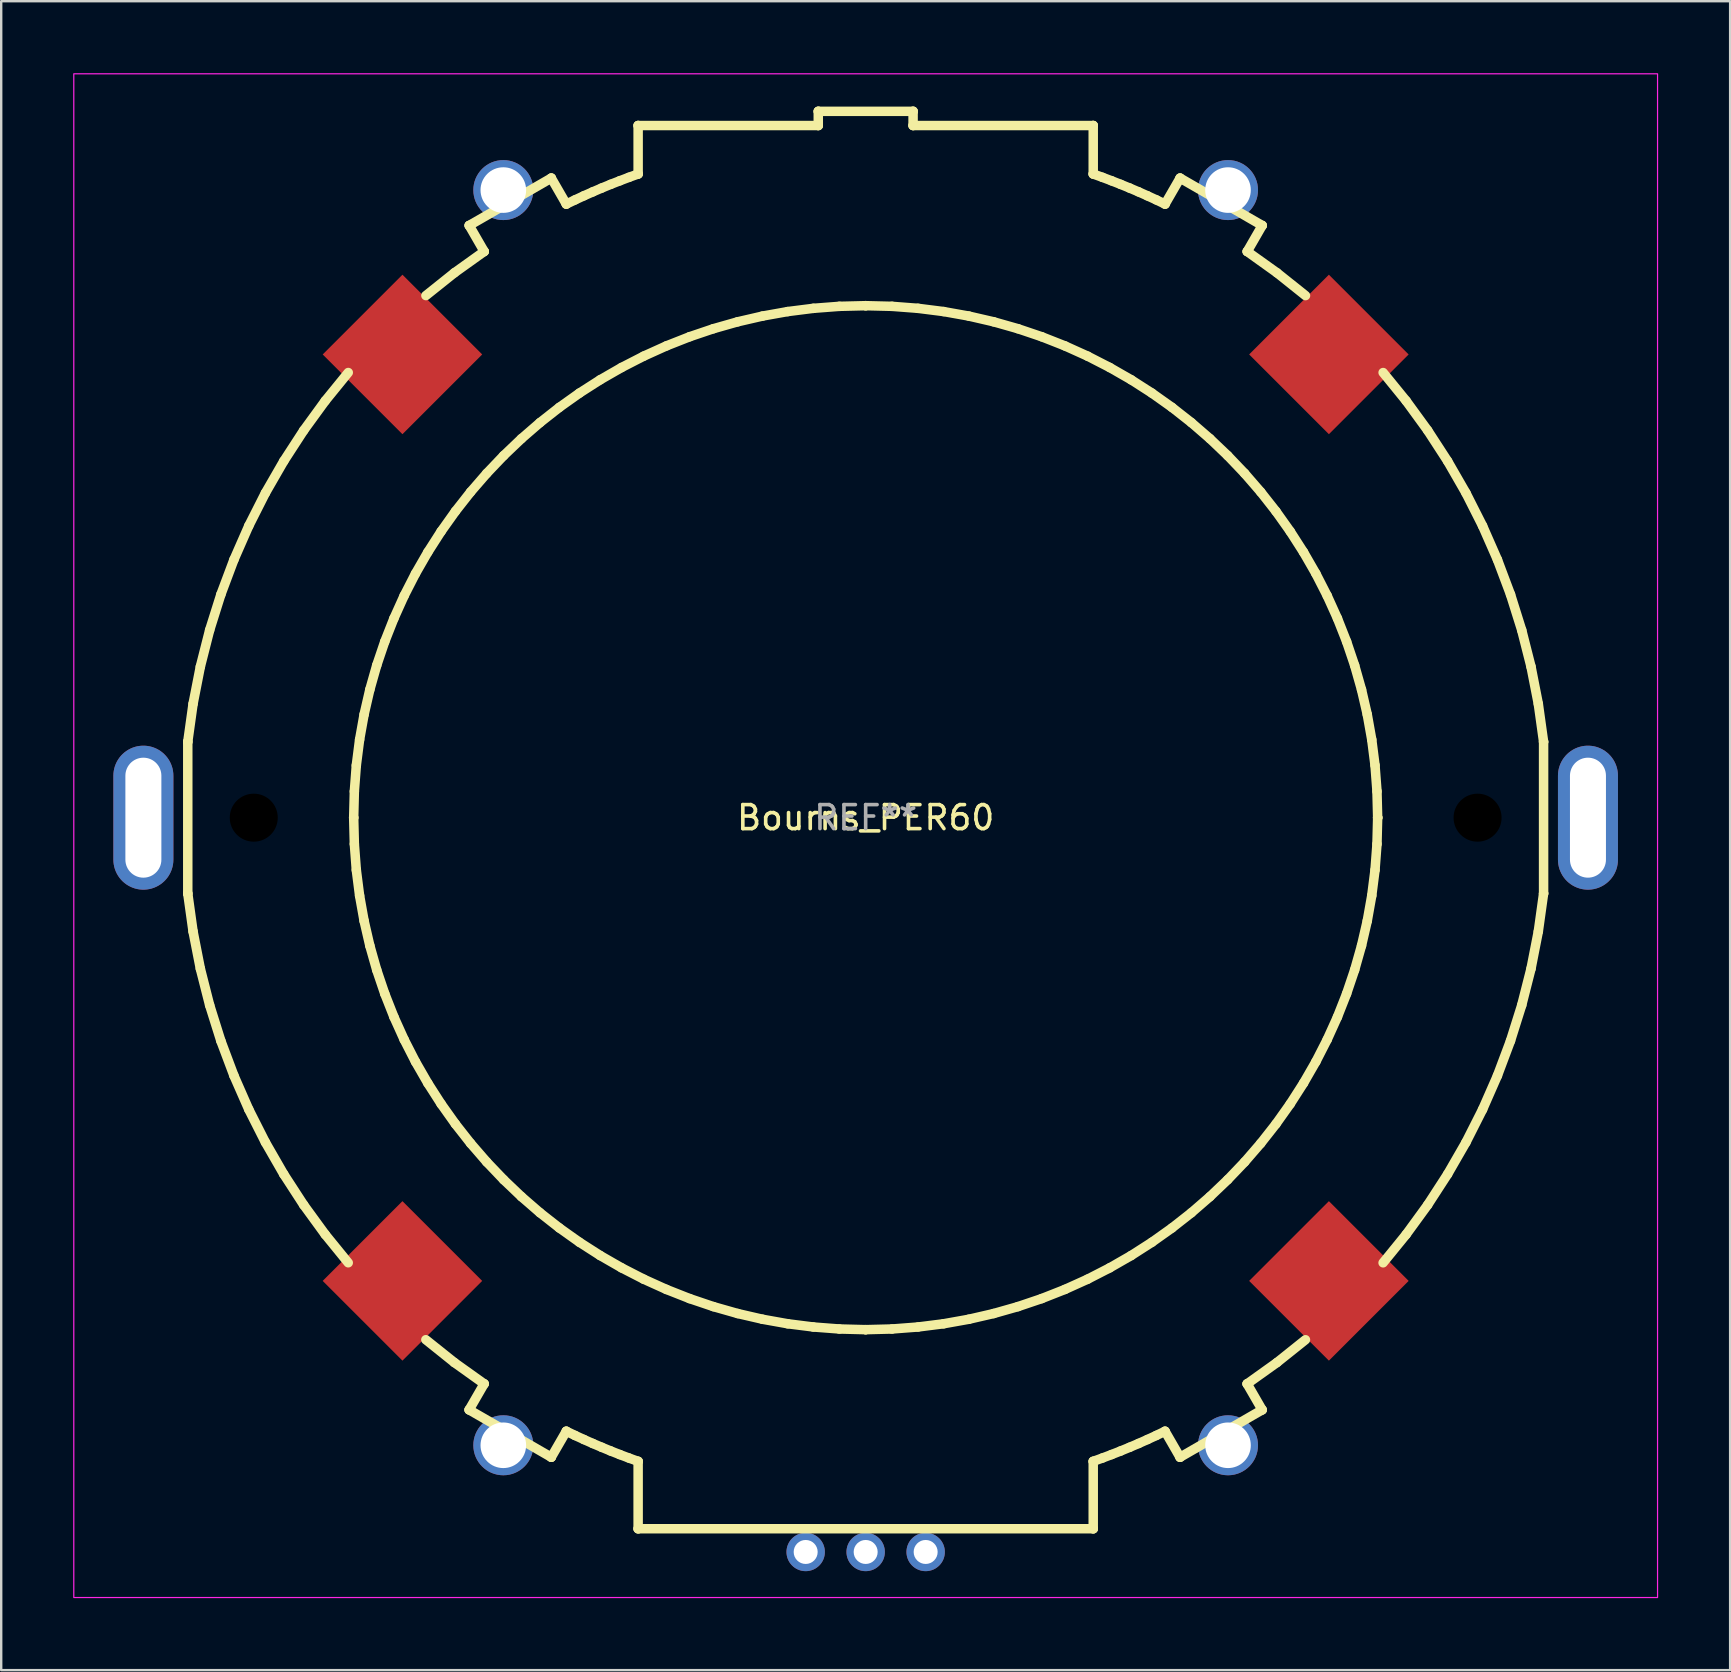
<source format=kicad_pcb>
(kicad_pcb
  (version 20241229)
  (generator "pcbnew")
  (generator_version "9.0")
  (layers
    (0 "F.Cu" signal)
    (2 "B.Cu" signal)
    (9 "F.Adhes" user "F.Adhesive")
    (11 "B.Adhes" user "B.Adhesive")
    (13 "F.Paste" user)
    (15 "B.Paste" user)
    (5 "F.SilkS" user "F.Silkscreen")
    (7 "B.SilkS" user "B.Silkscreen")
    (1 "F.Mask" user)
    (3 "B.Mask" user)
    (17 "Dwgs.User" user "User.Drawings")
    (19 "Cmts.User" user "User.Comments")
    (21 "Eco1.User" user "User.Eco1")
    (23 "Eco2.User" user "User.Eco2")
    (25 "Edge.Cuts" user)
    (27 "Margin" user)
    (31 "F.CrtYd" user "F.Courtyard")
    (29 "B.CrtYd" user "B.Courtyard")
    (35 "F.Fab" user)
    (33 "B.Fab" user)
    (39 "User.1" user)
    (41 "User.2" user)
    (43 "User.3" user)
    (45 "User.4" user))
  (footprint "Bourns_PER60"
    (layer "F.Cu")
    (at 33.025 31.025)
    (property "Reference" "Bourns_PER60" (at 0 0 0) (unlocked yes) (layer "F.SilkS") (effects (font (size 1 1) (thickness 0.15))))
    (attr through_hole)
    (fp_line (start -28.25 -3.161) (end -28.25 -3.161) (stroke (width 0.395) (type solid)) (layer "F.SilkS"))
    (fp_line (start -28.25 -3.161) (end -28.25 3.16) (stroke (width 0.395) (type solid)) (layer "F.SilkS"))
    (fp_line (start -28.25 3.16) (end -28.25 3.16) (stroke (width 0.395) (type solid)) (layer "F.SilkS"))
    (fp_line (start -28.25 3.16) (end -28.03 4.741) (stroke (width 0.395) (type solid)) (layer "F.SilkS"))
    (fp_line (start -28.03 4.741) (end -27.726 6.292) (stroke (width 0.395) (type solid)) (layer "F.SilkS"))
    (fp_line (start -28.03 -4.742) (end -28.25 -3.161) (stroke (width 0.395) (type solid)) (layer "F.SilkS"))
    (fp_line (start -27.726 6.292) (end -27.339 7.812) (stroke (width 0.395) (type solid)) (layer "F.SilkS"))
    (fp_line (start -27.726 -6.293) (end -28.03 -4.742) (stroke (width 0.395) (type solid)) (layer "F.SilkS"))
    (fp_line (start -27.339 7.812) (end -26.872 9.299) (stroke (width 0.395) (type solid)) (layer "F.SilkS"))
    (fp_line (start -27.339 -7.814) (end -27.726 -6.293) (stroke (width 0.395) (type solid)) (layer "F.SilkS"))
    (fp_line (start -26.872 9.299) (end -26.327 10.749) (stroke (width 0.395) (type solid)) (layer "F.SilkS"))
    (fp_line (start -26.871 -9.3) (end -27.339 -7.814) (stroke (width 0.395) (type solid)) (layer "F.SilkS"))
    (fp_line (start -26.327 10.749) (end -25.707 12.16) (stroke (width 0.395) (type solid)) (layer "F.SilkS"))
    (fp_line (start -26.327 -10.75) (end -26.871 -9.3) (stroke (width 0.395) (type solid)) (layer "F.SilkS"))
    (fp_line (start -25.707 12.16) (end -25.014 13.53) (stroke (width 0.395) (type solid)) (layer "F.SilkS"))
    (fp_line (start -25.707 -12.162) (end -26.327 -10.75) (stroke (width 0.395) (type solid)) (layer "F.SilkS"))
    (fp_line (start -25.014 13.53) (end -24.251 14.857) (stroke (width 0.395) (type solid)) (layer "F.SilkS"))
    (fp_line (start -25.014 -13.532) (end -25.707 -12.162) (stroke (width 0.395) (type solid)) (layer "F.SilkS"))
    (fp_line (start -24.251 14.857) (end -23.42 16.137) (stroke (width 0.395) (type solid)) (layer "F.SilkS"))
    (fp_line (start -24.25 -14.858) (end -25.014 -13.532) (stroke (width 0.395) (type solid)) (layer "F.SilkS"))
    (fp_line (start -23.42 16.137) (end -22.523 17.368) (stroke (width 0.395) (type solid)) (layer "F.SilkS"))
    (fp_line (start -23.419 -16.138) (end -24.25 -14.858) (stroke (width 0.395) (type solid)) (layer "F.SilkS"))
    (fp_line (start -22.523 17.368) (end -21.563 18.548) (stroke (width 0.395) (type solid)) (layer "F.SilkS"))
    (fp_line (start -22.522 -17.37) (end -23.419 -16.138) (stroke (width 0.395) (type solid)) (layer "F.SilkS"))
    (fp_line (start -21.562 -18.55) (end -22.522 -17.37) (stroke (width 0.395) (type solid)) (layer "F.SilkS"))
    (fp_line (start -21.336 -0.000438) (end -21.336 -0.000438) (stroke (width 0.395) (type solid)) (layer "F.SilkS"))
    (fp_line (start -21.336 -0.000438) (end -21.308 -1.098) (stroke (width 0.395) (type solid)) (layer "F.SilkS"))
    (fp_line (start -21.308 -1.098) (end -21.226 -2.182) (stroke (width 0.395) (type solid)) (layer "F.SilkS"))
    (fp_line (start -21.308 1.098) (end -21.336 -0.000438) (stroke (width 0.395) (type solid)) (layer "F.SilkS"))
    (fp_line (start -21.226 -2.182) (end -21.09 -3.25) (stroke (width 0.395) (type solid)) (layer "F.SilkS"))
    (fp_line (start -21.226 2.181) (end -21.308 1.098) (stroke (width 0.395) (type solid)) (layer "F.SilkS"))
    (fp_line (start -21.09 -3.25) (end -20.902 -4.3) (stroke (width 0.395) (type solid)) (layer "F.SilkS"))
    (fp_line (start -21.09 3.249) (end -21.226 2.181) (stroke (width 0.395) (type solid)) (layer "F.SilkS"))
    (fp_line (start -20.902 -4.3) (end -20.664 -5.333) (stroke (width 0.395) (type solid)) (layer "F.SilkS"))
    (fp_line (start -20.902 4.3) (end -21.09 3.249) (stroke (width 0.395) (type solid)) (layer "F.SilkS"))
    (fp_line (start -20.664 -5.333) (end -20.377 -6.345) (stroke (width 0.395) (type solid)) (layer "F.SilkS"))
    (fp_line (start -20.664 5.332) (end -20.902 4.3) (stroke (width 0.395) (type solid)) (layer "F.SilkS"))
    (fp_line (start -20.377 -6.345) (end -20.041 -7.337) (stroke (width 0.395) (type solid)) (layer "F.SilkS"))
    (fp_line (start -20.377 6.344) (end -20.664 5.332) (stroke (width 0.395) (type solid)) (layer "F.SilkS"))
    (fp_line (start -20.041 -7.337) (end -19.659 -8.305) (stroke (width 0.395) (type solid)) (layer "F.SilkS"))
    (fp_line (start -20.041 7.336) (end -20.377 6.344) (stroke (width 0.395) (type solid)) (layer "F.SilkS"))
    (fp_line (start -19.659 -8.305) (end -19.232 -9.251) (stroke (width 0.395) (type solid)) (layer "F.SilkS"))
    (fp_line (start -19.659 8.305) (end -20.041 7.336) (stroke (width 0.395) (type solid)) (layer "F.SilkS"))
    (fp_line (start -19.232 -9.251) (end -18.761 -10.171) (stroke (width 0.395) (type solid)) (layer "F.SilkS"))
    (fp_line (start -19.232 9.25) (end -19.659 8.305) (stroke (width 0.395) (type solid)) (layer "F.SilkS"))
    (fp_line (start -18.761 -10.171) (end -18.247 -11.064) (stroke (width 0.395) (type solid)) (layer "F.SilkS"))
    (fp_line (start -18.761 10.17) (end -19.232 9.25) (stroke (width 0.395) (type solid)) (layer "F.SilkS"))
    (fp_line (start -18.328 21.756) (end -17.139 22.707) (stroke (width 0.395) (type solid)) (layer "F.SilkS"))
    (fp_line (start -18.247 -11.064) (end -17.692 -11.93) (stroke (width 0.395) (type solid)) (layer "F.SilkS"))
    (fp_line (start -18.247 11.063) (end -18.761 10.17) (stroke (width 0.395) (type solid)) (layer "F.SilkS"))
    (fp_line (start -17.692 -11.93) (end -17.097 -12.766) (stroke (width 0.395) (type solid)) (layer "F.SilkS"))
    (fp_line (start -17.692 11.929) (end -18.247 11.063) (stroke (width 0.395) (type solid)) (layer "F.SilkS"))
    (fp_line (start -17.139 22.707) (end -15.899 23.593) (stroke (width 0.395) (type solid)) (layer "F.SilkS"))
    (fp_line (start -17.137 -22.708) (end -18.326 -21.758) (stroke (width 0.395) (type solid)) (layer "F.SilkS"))
    (fp_line (start -17.097 -12.766) (end -16.464 -13.572) (stroke (width 0.395) (type solid)) (layer "F.SilkS"))
    (fp_line (start -17.097 12.765) (end -17.692 11.929) (stroke (width 0.395) (type solid)) (layer "F.SilkS"))
    (fp_line (start -16.525 24.677) (end -16.525 24.677) (stroke (width 0.395) (type solid)) (layer "F.SilkS"))
    (fp_line (start -16.525 24.677) (end -13.102 26.652) (stroke (width 0.395) (type solid)) (layer "F.SilkS"))
    (fp_line (start -16.522 -24.679) (end -16.522 -24.679) (stroke (width 0.395) (type solid)) (layer "F.SilkS"))
    (fp_line (start -16.522 -24.679) (end -15.897 -23.595) (stroke (width 0.395) (type solid)) (layer "F.SilkS"))
    (fp_line (start -16.464 -13.572) (end -15.793 -14.346) (stroke (width 0.395) (type solid)) (layer "F.SilkS"))
    (fp_line (start -16.464 13.571) (end -17.097 12.765) (stroke (width 0.395) (type solid)) (layer "F.SilkS"))
    (fp_line (start -15.899 23.593) (end -16.525 24.677) (stroke (width 0.395) (type solid)) (layer "F.SilkS"))
    (fp_line (start -15.899 23.593) (end -15.899 23.593) (stroke (width 0.395) (type solid)) (layer "F.SilkS"))
    (fp_line (start -15.897 -23.595) (end -17.137 -22.708) (stroke (width 0.395) (type solid)) (layer "F.SilkS"))
    (fp_line (start -15.897 -23.595) (end -15.897 -23.595) (stroke (width 0.395) (type solid)) (layer "F.SilkS"))
    (fp_line (start -15.793 -14.346) (end -15.087 -15.087) (stroke (width 0.395) (type solid)) (layer "F.SilkS"))
    (fp_line (start -15.793 14.346) (end -16.464 13.571) (stroke (width 0.395) (type solid)) (layer "F.SilkS"))
    (fp_line (start -15.087 -15.087) (end -14.346 -15.794) (stroke (width 0.395) (type solid)) (layer "F.SilkS"))
    (fp_line (start -15.087 15.086) (end -15.793 14.346) (stroke (width 0.395) (type solid)) (layer "F.SilkS"))
    (fp_line (start -14.346 -15.794) (end -13.572 -16.464) (stroke (width 0.395) (type solid)) (layer "F.SilkS"))
    (fp_line (start -14.346 15.793) (end -15.087 15.086) (stroke (width 0.395) (type solid)) (layer "F.SilkS"))
    (fp_line (start -13.572 -16.464) (end -12.766 -17.098) (stroke (width 0.395) (type solid)) (layer "F.SilkS"))
    (fp_line (start -13.572 16.464) (end -14.346 15.793) (stroke (width 0.395) (type solid)) (layer "F.SilkS"))
    (fp_line (start -13.102 26.652) (end -13.102 26.652) (stroke (width 0.395) (type solid)) (layer "F.SilkS"))
    (fp_line (start -13.102 26.652) (end -12.476 25.569) (stroke (width 0.395) (type solid)) (layer "F.SilkS"))
    (fp_line (start -13.101 -26.654) (end -16.522 -24.679) (stroke (width 0.395) (type solid)) (layer "F.SilkS"))
    (fp_line (start -13.101 -26.654) (end -13.101 -26.654) (stroke (width 0.395) (type solid)) (layer "F.SilkS"))
    (fp_line (start -12.766 -17.098) (end -11.929 -17.693) (stroke (width 0.395) (type solid)) (layer "F.SilkS"))
    (fp_line (start -12.766 17.097) (end -13.572 16.464) (stroke (width 0.395) (type solid)) (layer "F.SilkS"))
    (fp_line (start -12.476 25.569) (end -12.476 25.569) (stroke (width 0.395) (type solid)) (layer "F.SilkS"))
    (fp_line (start -12.476 25.569) (end -12.112 25.744) (stroke (width 0.395) (type solid)) (layer "F.SilkS"))
    (fp_line (start -12.476 -25.57) (end -13.101 -26.654) (stroke (width 0.395) (type solid)) (layer "F.SilkS"))
    (fp_line (start -12.476 -25.57) (end -12.476 -25.57) (stroke (width 0.395) (type solid)) (layer "F.SilkS"))
    (fp_line (start -12.112 25.744) (end -11.744 25.913) (stroke (width 0.395) (type solid)) (layer "F.SilkS"))
    (fp_line (start -12.111 -25.745) (end -12.476 -25.57) (stroke (width 0.395) (type solid)) (layer "F.SilkS"))
    (fp_line (start -11.929 -17.693) (end -11.063 -18.248) (stroke (width 0.395) (type solid)) (layer "F.SilkS"))
    (fp_line (start -11.929 17.692) (end -12.766 17.097) (stroke (width 0.395) (type solid)) (layer "F.SilkS"))
    (fp_line (start -11.744 25.913) (end -11.374 26.078) (stroke (width 0.395) (type solid)) (layer "F.SilkS"))
    (fp_line (start -11.744 -25.915) (end -12.111 -25.745) (stroke (width 0.395) (type solid)) (layer "F.SilkS"))
    (fp_line (start -11.374 26.078) (end -11.001 26.237) (stroke (width 0.395) (type solid)) (layer "F.SilkS"))
    (fp_line (start -11.373 -26.079) (end -11.744 -25.915) (stroke (width 0.395) (type solid)) (layer "F.SilkS"))
    (fp_line (start -11.063 -18.248) (end -10.17 -18.761) (stroke (width 0.395) (type solid)) (layer "F.SilkS"))
    (fp_line (start -11.063 18.247) (end -11.929 17.692) (stroke (width 0.395) (type solid)) (layer "F.SilkS"))
    (fp_line (start -11.001 26.237) (end -10.625 26.392) (stroke (width 0.395) (type solid)) (layer "F.SilkS"))
    (fp_line (start -11 -26.239) (end -11.373 -26.079) (stroke (width 0.395) (type solid)) (layer "F.SilkS"))
    (fp_line (start -10.625 26.392) (end -10.247 26.541) (stroke (width 0.395) (type solid)) (layer "F.SilkS"))
    (fp_line (start -10.625 -26.393) (end -11 -26.239) (stroke (width 0.395) (type solid)) (layer "F.SilkS"))
    (fp_line (start -10.247 26.541) (end -9.866 26.685) (stroke (width 0.395) (type solid)) (layer "F.SilkS"))
    (fp_line (start -10.246 -26.541) (end -10.625 -26.393) (stroke (width 0.395) (type solid)) (layer "F.SilkS"))
    (fp_line (start -10.17 -18.761) (end -9.25 -19.233) (stroke (width 0.395) (type solid)) (layer "F.SilkS"))
    (fp_line (start -10.17 18.76) (end -11.063 18.247) (stroke (width 0.395) (type solid)) (layer "F.SilkS"))
    (fp_line (start -9.866 26.685) (end -9.482 26.824) (stroke (width 0.395) (type solid)) (layer "F.SilkS"))
    (fp_line (start -9.866 -26.685) (end -10.246 -26.541) (stroke (width 0.395) (type solid)) (layer "F.SilkS"))
    (fp_line (start -9.482 -28.844) (end -9.482 -28.844) (stroke (width 0.395) (type solid)) (layer "F.SilkS"))
    (fp_line (start -9.482 -28.844) (end -9.482 -26.824) (stroke (width 0.395) (type solid)) (layer "F.SilkS"))
    (fp_line (start -9.482 -26.824) (end -9.866 -26.685) (stroke (width 0.395) (type solid)) (layer "F.SilkS"))
    (fp_line (start -9.482 -26.824) (end -9.482 -26.824) (stroke (width 0.395) (type solid)) (layer "F.SilkS"))
    (fp_line (start -9.482 26.824) (end -9.482 26.824) (stroke (width 0.395) (type solid)) (layer "F.SilkS"))
    (fp_line (start -9.482 26.824) (end -9.482 29.633) (stroke (width 0.395) (type solid)) (layer "F.SilkS"))
    (fp_line (start -9.482 29.633) (end -9.482 29.633) (stroke (width 0.395) (type solid)) (layer "F.SilkS"))
    (fp_line (start -9.482 29.633) (end 9.483 29.633) (stroke (width 0.395) (type solid)) (layer "F.SilkS"))
    (fp_line (start -9.25 -19.233) (end -8.305 -19.66) (stroke (width 0.395) (type solid)) (layer "F.SilkS"))
    (fp_line (start -9.25 19.232) (end -10.17 18.76) (stroke (width 0.395) (type solid)) (layer "F.SilkS"))
    (fp_line (start -8.305 -19.66) (end -7.336 -20.042) (stroke (width 0.395) (type solid)) (layer "F.SilkS"))
    (fp_line (start -8.305 19.659) (end -9.25 19.232) (stroke (width 0.395) (type solid)) (layer "F.SilkS"))
    (fp_line (start -7.336 -20.042) (end -6.345 -20.377) (stroke (width 0.395) (type solid)) (layer "F.SilkS"))
    (fp_line (start -7.336 20.041) (end -8.305 19.659) (stroke (width 0.395) (type solid)) (layer "F.SilkS"))
    (fp_line (start -6.345 -20.377) (end -5.332 -20.665) (stroke (width 0.395) (type solid)) (layer "F.SilkS"))
    (fp_line (start -6.345 20.376) (end -7.336 20.041) (stroke (width 0.395) (type solid)) (layer "F.SilkS"))
    (fp_line (start -5.332 -20.665) (end -4.3 -20.903) (stroke (width 0.395) (type solid)) (layer "F.SilkS"))
    (fp_line (start -5.332 20.664) (end -6.345 20.376) (stroke (width 0.395) (type solid)) (layer "F.SilkS"))
    (fp_line (start -4.3 -20.903) (end -3.249 -21.091) (stroke (width 0.395) (type solid)) (layer "F.SilkS"))
    (fp_line (start -4.3 20.902) (end -5.332 20.664) (stroke (width 0.395) (type solid)) (layer "F.SilkS"))
    (fp_line (start -3.249 -21.091) (end -2.181 -21.226) (stroke (width 0.395) (type solid)) (layer "F.SilkS"))
    (fp_line (start -3.249 21.09) (end -4.3 20.902) (stroke (width 0.395) (type solid)) (layer "F.SilkS"))
    (fp_line (start -2.181 -21.226) (end -1.098 -21.309) (stroke (width 0.395) (type solid)) (layer "F.SilkS"))
    (fp_line (start -2.181 21.225) (end -3.249 21.09) (stroke (width 0.395) (type solid)) (layer "F.SilkS"))
    (fp_line (start -1.975 -29.436) (end -1.975 -29.436) (stroke (width 0.395) (type solid)) (layer "F.SilkS"))
    (fp_line (start -1.975 -29.436) (end -1.975 -28.844) (stroke (width 0.395) (type solid)) (layer "F.SilkS"))
    (fp_line (start -1.975 -28.844) (end -9.482 -28.844) (stroke (width 0.395) (type solid)) (layer "F.SilkS"))
    (fp_line (start -1.975 -28.844) (end -1.975 -28.844) (stroke (width 0.395) (type solid)) (layer "F.SilkS"))
    (fp_line (start -1.098 -21.309) (end 0.000169 -21.336) (stroke (width 0.395) (type solid)) (layer "F.SilkS"))
    (fp_line (start -1.098 21.308) (end -2.181 21.225) (stroke (width 0.395) (type solid)) (layer "F.SilkS"))
    (fp_line (start 0.000169 -21.336) (end 0.000169 -21.336) (stroke (width 0.395) (type solid)) (layer "F.SilkS"))
    (fp_line (start 0.000169 -21.336) (end 1.098 -21.309) (stroke (width 0.395) (type solid)) (layer "F.SilkS"))
    (fp_line (start 0.000169 21.336) (end -1.098 21.308) (stroke (width 0.395) (type solid)) (layer "F.SilkS"))
    (fp_line (start 0.000169 21.336) (end 0.000169 21.336) (stroke (width 0.395) (type solid)) (layer "F.SilkS"))
    (fp_line (start 1.098 -21.309) (end 2.182 -21.226) (stroke (width 0.395) (type solid)) (layer "F.SilkS"))
    (fp_line (start 1.098 21.308) (end 0.000169 21.336) (stroke (width 0.395) (type solid)) (layer "F.SilkS"))
    (fp_line (start 1.976 -29.436) (end -1.975 -29.436) (stroke (width 0.395) (type solid)) (layer "F.SilkS"))
    (fp_line (start 1.976 -29.436) (end 1.976 -29.436) (stroke (width 0.395) (type solid)) (layer "F.SilkS"))
    (fp_line (start 1.976 -28.844) (end 1.976 -29.436) (stroke (width 0.395) (type solid)) (layer "F.SilkS"))
    (fp_line (start 1.976 -28.844) (end 1.976 -28.844) (stroke (width 0.395) (type solid)) (layer "F.SilkS"))
    (fp_line (start 2.182 -21.226) (end 3.249 -21.091) (stroke (width 0.395) (type solid)) (layer "F.SilkS"))
    (fp_line (start 2.182 21.225) (end 1.098 21.308) (stroke (width 0.395) (type solid)) (layer "F.SilkS"))
    (fp_line (start 3.249 -21.091) (end 4.3 -20.903) (stroke (width 0.395) (type solid)) (layer "F.SilkS"))
    (fp_line (start 3.249 21.09) (end 2.182 21.225) (stroke (width 0.395) (type solid)) (layer "F.SilkS"))
    (fp_line (start 4.3 -20.903) (end 5.332 -20.665) (stroke (width 0.395) (type solid)) (layer "F.SilkS"))
    (fp_line (start 4.3 20.902) (end 3.249 21.09) (stroke (width 0.395) (type solid)) (layer "F.SilkS"))
    (fp_line (start 5.332 -20.665) (end 6.345 -20.377) (stroke (width 0.395) (type solid)) (layer "F.SilkS"))
    (fp_line (start 5.332 20.664) (end 4.3 20.902) (stroke (width 0.395) (type solid)) (layer "F.SilkS"))
    (fp_line (start 6.345 -20.377) (end 7.336 -20.042) (stroke (width 0.395) (type solid)) (layer "F.SilkS"))
    (fp_line (start 6.345 20.376) (end 5.332 20.664) (stroke (width 0.395) (type solid)) (layer "F.SilkS"))
    (fp_line (start 7.336 -20.042) (end 8.305 -19.66) (stroke (width 0.395) (type solid)) (layer "F.SilkS"))
    (fp_line (start 7.336 20.041) (end 6.345 20.376) (stroke (width 0.395) (type solid)) (layer "F.SilkS"))
    (fp_line (start 8.305 -19.66) (end 9.25 -19.233) (stroke (width 0.395) (type solid)) (layer "F.SilkS"))
    (fp_line (start 8.305 19.659) (end 7.336 20.041) (stroke (width 0.395) (type solid)) (layer "F.SilkS"))
    (fp_line (start 9.25 -19.233) (end 10.17 -18.761) (stroke (width 0.395) (type solid)) (layer "F.SilkS"))
    (fp_line (start 9.25 19.232) (end 8.305 19.659) (stroke (width 0.395) (type solid)) (layer "F.SilkS"))
    (fp_line (start 9.483 -28.844) (end 1.976 -28.844) (stroke (width 0.395) (type solid)) (layer "F.SilkS"))
    (fp_line (start 9.483 -28.844) (end 9.483 -28.844) (stroke (width 0.395) (type solid)) (layer "F.SilkS"))
    (fp_line (start 9.483 -26.824) (end 9.483 -28.844) (stroke (width 0.395) (type solid)) (layer "F.SilkS"))
    (fp_line (start 9.483 -26.824) (end 9.483 -26.824) (stroke (width 0.395) (type solid)) (layer "F.SilkS"))
    (fp_line (start 9.483 26.824) (end 9.483 26.824) (stroke (width 0.395) (type solid)) (layer "F.SilkS"))
    (fp_line (start 9.483 26.824) (end 9.866 26.685) (stroke (width 0.395) (type solid)) (layer "F.SilkS"))
    (fp_line (start 9.483 29.633) (end 9.483 26.824) (stroke (width 0.395) (type solid)) (layer "F.SilkS"))
    (fp_line (start 9.483 29.633) (end 9.483 29.633) (stroke (width 0.395) (type solid)) (layer "F.SilkS"))
    (fp_line (start 9.866 26.685) (end 10.247 26.541) (stroke (width 0.395) (type solid)) (layer "F.SilkS"))
    (fp_line (start 9.867 -26.685) (end 9.483 -26.824) (stroke (width 0.395) (type solid)) (layer "F.SilkS"))
    (fp_line (start 10.17 -18.761) (end 11.064 -18.248) (stroke (width 0.395) (type solid)) (layer "F.SilkS"))
    (fp_line (start 10.17 18.76) (end 9.25 19.232) (stroke (width 0.395) (type solid)) (layer "F.SilkS"))
    (fp_line (start 10.247 26.541) (end 10.625 26.392) (stroke (width 0.395) (type solid)) (layer "F.SilkS"))
    (fp_line (start 10.248 -26.541) (end 9.867 -26.685) (stroke (width 0.395) (type solid)) (layer "F.SilkS"))
    (fp_line (start 10.625 26.392) (end 11.001 26.238) (stroke (width 0.395) (type solid)) (layer "F.SilkS"))
    (fp_line (start 10.626 -26.392) (end 10.248 -26.541) (stroke (width 0.395) (type solid)) (layer "F.SilkS"))
    (fp_line (start 11.001 26.238) (end 11.374 26.079) (stroke (width 0.395) (type solid)) (layer "F.SilkS"))
    (fp_line (start 11.002 -26.238) (end 10.626 -26.392) (stroke (width 0.395) (type solid)) (layer "F.SilkS"))
    (fp_line (start 11.064 -18.248) (end 11.929 -17.693) (stroke (width 0.395) (type solid)) (layer "F.SilkS"))
    (fp_line (start 11.064 18.247) (end 10.17 18.76) (stroke (width 0.395) (type solid)) (layer "F.SilkS"))
    (fp_line (start 11.374 26.079) (end 11.744 25.914) (stroke (width 0.395) (type solid)) (layer "F.SilkS"))
    (fp_line (start 11.375 -26.079) (end 11.002 -26.238) (stroke (width 0.395) (type solid)) (layer "F.SilkS"))
    (fp_line (start 11.744 25.914) (end 12.111 25.745) (stroke (width 0.395) (type solid)) (layer "F.SilkS"))
    (fp_line (start 11.745 -25.914) (end 11.375 -26.079) (stroke (width 0.395) (type solid)) (layer "F.SilkS"))
    (fp_line (start 11.929 -17.693) (end 12.766 -17.098) (stroke (width 0.395) (type solid)) (layer "F.SilkS"))
    (fp_line (start 11.929 17.692) (end 11.064 18.247) (stroke (width 0.395) (type solid)) (layer "F.SilkS"))
    (fp_line (start 12.111 25.745) (end 12.476 25.57) (stroke (width 0.395) (type solid)) (layer "F.SilkS"))
    (fp_line (start 12.113 -25.745) (end 11.745 -25.914) (stroke (width 0.395) (type solid)) (layer "F.SilkS"))
    (fp_line (start 12.476 25.57) (end 12.476 25.57) (stroke (width 0.395) (type solid)) (layer "F.SilkS"))
    (fp_line (start 12.476 25.57) (end 13.101 26.653) (stroke (width 0.395) (type solid)) (layer "F.SilkS"))
    (fp_line (start 12.477 -25.57) (end 12.113 -25.745) (stroke (width 0.395) (type solid)) (layer "F.SilkS"))
    (fp_line (start 12.477 -25.57) (end 12.477 -25.57) (stroke (width 0.395) (type solid)) (layer "F.SilkS"))
    (fp_line (start 12.766 -17.098) (end 13.572 -16.464) (stroke (width 0.395) (type solid)) (layer "F.SilkS"))
    (fp_line (start 12.766 17.097) (end 11.929 17.692) (stroke (width 0.395) (type solid)) (layer "F.SilkS"))
    (fp_line (start 13.101 26.653) (end 13.101 26.653) (stroke (width 0.395) (type solid)) (layer "F.SilkS"))
    (fp_line (start 13.101 26.653) (end 16.523 24.678) (stroke (width 0.395) (type solid)) (layer "F.SilkS"))
    (fp_line (start 13.103 -26.653) (end 12.477 -25.57) (stroke (width 0.395) (type solid)) (layer "F.SilkS"))
    (fp_line (start 13.103 -26.653) (end 13.103 -26.653) (stroke (width 0.395) (type solid)) (layer "F.SilkS"))
    (fp_line (start 13.572 -16.464) (end 14.346 -15.794) (stroke (width 0.395) (type solid)) (layer "F.SilkS"))
    (fp_line (start 13.572 16.464) (end 12.766 17.097) (stroke (width 0.395) (type solid)) (layer "F.SilkS"))
    (fp_line (start 14.346 -15.794) (end 15.087 -15.087) (stroke (width 0.395) (type solid)) (layer "F.SilkS"))
    (fp_line (start 14.346 15.793) (end 13.572 16.464) (stroke (width 0.395) (type solid)) (layer "F.SilkS"))
    (fp_line (start 15.087 -15.087) (end 15.794 -14.346) (stroke (width 0.395) (type solid)) (layer "F.SilkS"))
    (fp_line (start 15.087 15.086) (end 14.346 15.793) (stroke (width 0.395) (type solid)) (layer "F.SilkS"))
    (fp_line (start 15.794 -14.346) (end 16.464 -13.572) (stroke (width 0.395) (type solid)) (layer "F.SilkS"))
    (fp_line (start 15.794 14.346) (end 15.087 15.086) (stroke (width 0.395) (type solid)) (layer "F.SilkS"))
    (fp_line (start 15.897 23.594) (end 15.897 23.594) (stroke (width 0.395) (type solid)) (layer "F.SilkS"))
    (fp_line (start 15.897 23.594) (end 17.138 22.707) (stroke (width 0.395) (type solid)) (layer "F.SilkS"))
    (fp_line (start 15.9 -23.594) (end 15.9 -23.594) (stroke (width 0.395) (type solid)) (layer "F.SilkS"))
    (fp_line (start 15.9 -23.594) (end 16.525 -24.678) (stroke (width 0.395) (type solid)) (layer "F.SilkS"))
    (fp_line (start 16.464 -13.572) (end 17.098 -12.766) (stroke (width 0.395) (type solid)) (layer "F.SilkS"))
    (fp_line (start 16.464 13.571) (end 15.794 14.346) (stroke (width 0.395) (type solid)) (layer "F.SilkS"))
    (fp_line (start 16.523 24.678) (end 15.897 23.594) (stroke (width 0.395) (type solid)) (layer "F.SilkS"))
    (fp_line (start 16.523 24.678) (end 16.523 24.678) (stroke (width 0.395) (type solid)) (layer "F.SilkS"))
    (fp_line (start 16.525 -24.678) (end 13.103 -26.653) (stroke (width 0.395) (type solid)) (layer "F.SilkS"))
    (fp_line (start 16.525 -24.678) (end 16.525 -24.678) (stroke (width 0.395) (type solid)) (layer "F.SilkS"))
    (fp_line (start 17.098 -12.766) (end 17.692 -11.93) (stroke (width 0.395) (type solid)) (layer "F.SilkS"))
    (fp_line (start 17.098 12.765) (end 16.464 13.571) (stroke (width 0.395) (type solid)) (layer "F.SilkS"))
    (fp_line (start 17.138 22.707) (end 18.327 21.757) (stroke (width 0.395) (type solid)) (layer "F.SilkS"))
    (fp_line (start 17.14 -22.707) (end 15.9 -23.594) (stroke (width 0.395) (type solid)) (layer "F.SilkS"))
    (fp_line (start 17.692 -11.93) (end 18.247 -11.064) (stroke (width 0.395) (type solid)) (layer "F.SilkS"))
    (fp_line (start 17.692 11.929) (end 17.098 12.765) (stroke (width 0.395) (type solid)) (layer "F.SilkS"))
    (fp_line (start 18.247 -11.064) (end 18.761 -10.171) (stroke (width 0.395) (type solid)) (layer "F.SilkS"))
    (fp_line (start 18.247 11.063) (end 17.692 11.929) (stroke (width 0.395) (type solid)) (layer "F.SilkS"))
    (fp_line (start 18.329 -21.757) (end 17.14 -22.707) (stroke (width 0.395) (type solid)) (layer "F.SilkS"))
    (fp_line (start 18.761 -10.171) (end 19.232 -9.251) (stroke (width 0.395) (type solid)) (layer "F.SilkS"))
    (fp_line (start 18.761 10.17) (end 18.247 11.063) (stroke (width 0.395) (type solid)) (layer "F.SilkS"))
    (fp_line (start 19.232 -9.251) (end 19.66 -8.305) (stroke (width 0.395) (type solid)) (layer "F.SilkS"))
    (fp_line (start 19.232 9.25) (end 18.761 10.17) (stroke (width 0.395) (type solid)) (layer "F.SilkS"))
    (fp_line (start 19.66 -8.305) (end 20.042 -7.337) (stroke (width 0.395) (type solid)) (layer "F.SilkS"))
    (fp_line (start 19.66 8.305) (end 19.232 9.25) (stroke (width 0.395) (type solid)) (layer "F.SilkS"))
    (fp_line (start 20.042 -7.337) (end 20.377 -6.345) (stroke (width 0.395) (type solid)) (layer "F.SilkS"))
    (fp_line (start 20.042 7.336) (end 19.66 8.305) (stroke (width 0.395) (type solid)) (layer "F.SilkS"))
    (fp_line (start 20.377 -6.345) (end 20.664 -5.333) (stroke (width 0.395) (type solid)) (layer "F.SilkS"))
    (fp_line (start 20.377 6.344) (end 20.042 7.336) (stroke (width 0.395) (type solid)) (layer "F.SilkS"))
    (fp_line (start 20.664 -5.333) (end 20.903 -4.3) (stroke (width 0.395) (type solid)) (layer "F.SilkS"))
    (fp_line (start 20.664 5.332) (end 20.377 6.344) (stroke (width 0.395) (type solid)) (layer "F.SilkS"))
    (fp_line (start 20.903 -4.3) (end 21.09 -3.25) (stroke (width 0.395) (type solid)) (layer "F.SilkS"))
    (fp_line (start 20.903 4.3) (end 20.664 5.332) (stroke (width 0.395) (type solid)) (layer "F.SilkS"))
    (fp_line (start 21.09 -3.25) (end 21.226 -2.182) (stroke (width 0.395) (type solid)) (layer "F.SilkS"))
    (fp_line (start 21.09 3.249) (end 20.903 4.3) (stroke (width 0.395) (type solid)) (layer "F.SilkS"))
    (fp_line (start 21.226 -2.182) (end 21.308 -1.098) (stroke (width 0.395) (type solid)) (layer "F.SilkS"))
    (fp_line (start 21.226 2.181) (end 21.09 3.249) (stroke (width 0.395) (type solid)) (layer "F.SilkS"))
    (fp_line (start 21.308 -1.098) (end 21.336 -0.000438) (stroke (width 0.395) (type solid)) (layer "F.SilkS"))
    (fp_line (start 21.308 1.098) (end 21.226 2.181) (stroke (width 0.395) (type solid)) (layer "F.SilkS"))
    (fp_line (start 21.336 -0.000438) (end 21.308 1.098) (stroke (width 0.395) (type solid)) (layer "F.SilkS"))
    (fp_line (start 21.336 -0.000438) (end 21.336 -0.000438) (stroke (width 0.395) (type solid)) (layer "F.SilkS"))
    (fp_line (start 21.336 -0.000438) (end 21.336 -0.000438) (stroke (width 0.395) (type solid)) (layer "F.SilkS"))
    (fp_line (start 21.563 18.549) (end 22.523 17.369) (stroke (width 0.395) (type solid)) (layer "F.SilkS"))
    (fp_line (start 22.523 17.369) (end 23.42 16.138) (stroke (width 0.395) (type solid)) (layer "F.SilkS"))
    (fp_line (start 22.524 -17.369) (end 21.564 -18.549) (stroke (width 0.395) (type solid)) (layer "F.SilkS"))
    (fp_line (start 23.42 16.138) (end 24.251 14.857) (stroke (width 0.395) (type solid)) (layer "F.SilkS"))
    (fp_line (start 23.421 -16.137) (end 22.524 -17.369) (stroke (width 0.395) (type solid)) (layer "F.SilkS"))
    (fp_line (start 24.251 14.857) (end 25.015 13.531) (stroke (width 0.395) (type solid)) (layer "F.SilkS"))
    (fp_line (start 24.252 -14.857) (end 23.421 -16.137) (stroke (width 0.395) (type solid)) (layer "F.SilkS"))
    (fp_line (start 25.015 13.531) (end 25.708 12.161) (stroke (width 0.395) (type solid)) (layer "F.SilkS"))
    (fp_line (start 25.015 -13.531) (end 24.252 -14.857) (stroke (width 0.395) (type solid)) (layer "F.SilkS"))
    (fp_line (start 25.708 12.161) (end 26.328 10.749) (stroke (width 0.395) (type solid)) (layer "F.SilkS"))
    (fp_line (start 25.708 -12.161) (end 25.015 -13.531) (stroke (width 0.395) (type solid)) (layer "F.SilkS"))
    (fp_line (start 26.328 10.749) (end 26.872 9.299) (stroke (width 0.395) (type solid)) (layer "F.SilkS"))
    (fp_line (start 26.328 -10.75) (end 25.708 -12.161) (stroke (width 0.395) (type solid)) (layer "F.SilkS"))
    (fp_line (start 26.872 9.299) (end 27.34 7.813) (stroke (width 0.395) (type solid)) (layer "F.SilkS"))
    (fp_line (start 26.873 -9.3) (end 26.328 -10.75) (stroke (width 0.395) (type solid)) (layer "F.SilkS"))
    (fp_line (start 27.34 7.813) (end 27.727 6.292) (stroke (width 0.395) (type solid)) (layer "F.SilkS"))
    (fp_line (start 27.34 -7.813) (end 26.873 -9.3) (stroke (width 0.395) (type solid)) (layer "F.SilkS"))
    (fp_line (start 27.727 6.292) (end 28.031 4.741) (stroke (width 0.395) (type solid)) (layer "F.SilkS"))
    (fp_line (start 27.727 -6.293) (end 27.34 -7.813) (stroke (width 0.395) (type solid)) (layer "F.SilkS"))
    (fp_line (start 28.031 4.741) (end 28.251 3.16) (stroke (width 0.395) (type solid)) (layer "F.SilkS"))
    (fp_line (start 28.031 -4.742) (end 27.727 -6.293) (stroke (width 0.395) (type solid)) (layer "F.SilkS"))
    (fp_line (start 28.251 -3.161) (end 28.031 -4.742) (stroke (width 0.395) (type solid)) (layer "F.SilkS"))
    (fp_line (start 28.251 -3.161) (end 28.251 -3.161) (stroke (width 0.395) (type solid)) (layer "F.SilkS"))
    (fp_line (start 28.251 -3.161) (end 28.251 3.16) (stroke (width 0.395) (type solid)) (layer "F.SilkS"))
    (fp_line (start 28.251 3.16) (end 28.251 3.16) (stroke (width 0.395) (type solid)) (layer "F.SilkS"))
    (fp_rect (start -33 -31) (end 33 32.5) (stroke (width 0.05) (type solid)) (fill no) (layer "F.CrtYd"))
    (fp_text user "REF**" (at 0 0 0) (unlocked yes) (layer "F.Fab") (effects (font (size 1 1) (thickness 0.15))))
    (pad "" np_thru_hole oval (at -30.1 0) (size 2.5 6) (drill oval 1.5 5) (layers "*.Cu" "*.Mask"))
    (pad "" np_thru_hole circle (at -25.5 0 60) (size 2 2) (drill 2) (layers "*.Mask"))
    (pad "" smd rect (at -19.304 -19.304 135) (size 4.7 4.7) (layers "F.Cu" "F.Mask" "F.Paste"))
    (pad "" smd rect (at -19.304 19.304 45) (size 4.7 4.7) (layers "F.Cu" "F.Mask" "F.Paste"))
    (pad "" np_thru_hole circle (at -15.1 -26.154 60) (size 2.5 2.5) (drill 1.9) (layers "*.Cu" "*.Mask"))
    (pad "" np_thru_hole circle (at -15.1 26.154 60) (size 2.5 2.5) (drill 1.9) (layers "*.Cu" "*.Mask"))
    (pad "" np_thru_hole circle (at 15.1 -26.154 60) (size 2.5 2.5) (drill 1.9) (layers "*.Cu" "*.Mask"))
    (pad "" np_thru_hole circle (at 15.1 26.154 60) (size 2.5 2.5) (drill 1.9) (layers "*.Cu" "*.Mask"))
    (pad "" smd rect (at 19.304 -19.304 45) (size 4.7 4.7) (layers "F.Cu" "F.Mask" "F.Paste"))
    (pad "" smd rect (at 19.304 19.304 135) (size 4.7 4.7) (layers "F.Cu" "F.Mask" "F.Paste"))
    (pad "" np_thru_hole circle (at 25.5 0 60) (size 2 2) (drill 2) (layers "*.Mask"))
    (pad "" np_thru_hole oval (at 30.1 0) (size 2.5 6) (drill oval 1.5 5) (layers "*.Cu" "*.Mask"))
    (pad "A" thru_hole circle (at -2.5 30.6) (size 1.6 1.6) (drill 1) (layers "*.Cu" "*.Mask"))
    (pad "B" thru_hole circle (at 2.5 30.6) (size 1.6 1.6) (drill 1) (layers "*.Cu" "*.Mask"))
    (pad "C" thru_hole circle (at 0 30.6) (size 1.6 1.6) (drill 1) (layers "*.Cu" "*.Mask")))
  (gr_rect
    (start -3 -3)
    (end 69.05 66.55)
    (stroke (width 0.1) (type default))
    (fill no)
    (layer "Edge.Cuts")))
</source>
